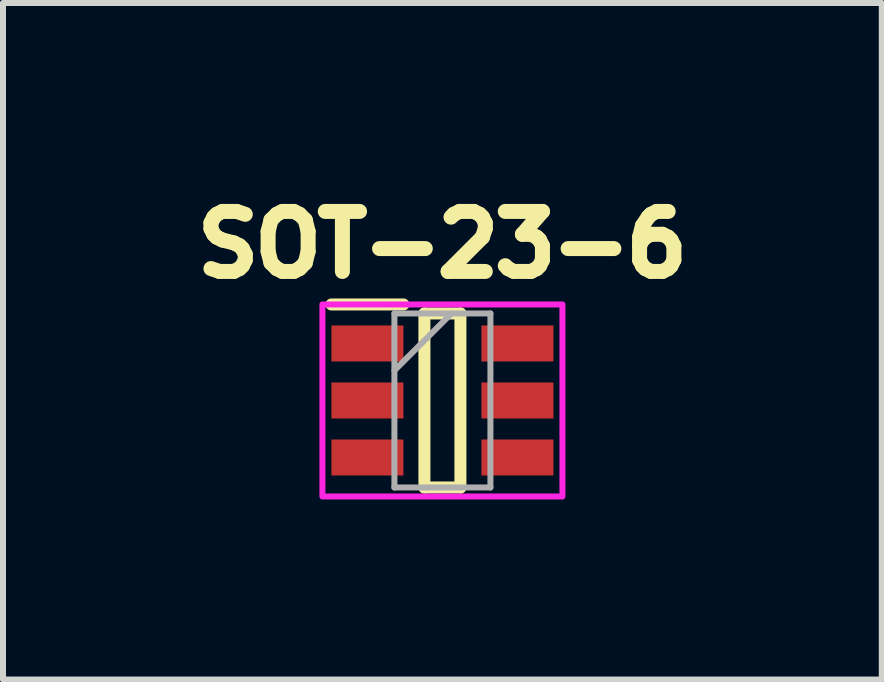
<source format=kicad_pcb>
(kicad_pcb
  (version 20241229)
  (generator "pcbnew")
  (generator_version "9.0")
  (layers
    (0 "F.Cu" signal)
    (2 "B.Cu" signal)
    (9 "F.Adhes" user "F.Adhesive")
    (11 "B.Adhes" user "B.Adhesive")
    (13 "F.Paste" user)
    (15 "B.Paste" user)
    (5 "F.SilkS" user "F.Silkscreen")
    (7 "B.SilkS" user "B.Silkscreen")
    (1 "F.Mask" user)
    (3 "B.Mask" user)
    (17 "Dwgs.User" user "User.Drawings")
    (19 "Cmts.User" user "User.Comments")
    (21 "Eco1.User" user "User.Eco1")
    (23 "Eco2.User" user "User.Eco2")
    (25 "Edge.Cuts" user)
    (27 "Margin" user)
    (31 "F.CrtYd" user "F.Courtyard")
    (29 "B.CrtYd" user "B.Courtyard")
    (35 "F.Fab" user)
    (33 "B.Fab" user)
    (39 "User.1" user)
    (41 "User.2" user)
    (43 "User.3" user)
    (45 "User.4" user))
  (footprint "SOT-23-6"
    (layer "F.Cu")
    (at 4.323 3.624)
    (property "Reference" "SOT-23-6" (at 0 -2.6 0) (unlocked yes) (layer "F.SilkS") (effects (font (size 1 1) (thickness 0.25) (bold yes))))
    (attr smd)
    (fp_line (start -1.85 -1.6) (end -0.65 -1.6) (stroke (width 0.2) (type solid)) (layer "F.SilkS"))
    (fp_line (start -0.3 -1.45) (end 0.3 -1.45) (stroke (width 0.2) (type solid)) (layer "F.SilkS"))
    (fp_line (start -0.3 1.45) (end -0.3 -1.45) (stroke (width 0.2) (type solid)) (layer "F.SilkS"))
    (fp_line (start 0.3 -1.45) (end 0.3 1.45) (stroke (width 0.2) (type solid)) (layer "F.SilkS"))
    (fp_line (start 0.3 1.45) (end -0.3 1.45) (stroke (width 0.2) (type solid)) (layer "F.SilkS"))
    (fp_rect (start -2 -1.6) (end 2 1.6) (stroke (width 0.1) (type default)) (fill no) (layer "F.CrtYd"))
    (fp_line (start -0.8 -1.45) (end 0.8 -1.45) (stroke (width 0.1) (type solid)) (layer "F.Fab"))
    (fp_line (start -0.8 -0.5) (end 0.15 -1.45) (stroke (width 0.1) (type solid)) (layer "F.Fab"))
    (fp_line (start -0.8 1.45) (end -0.8 -1.45) (stroke (width 0.1) (type solid)) (layer "F.Fab"))
    (fp_line (start 0.8 -1.45) (end 0.8 1.45) (stroke (width 0.1) (type solid)) (layer "F.Fab"))
    (fp_line (start 0.8 1.45) (end -0.8 1.45) (stroke (width 0.1) (type solid)) (layer "F.Fab"))
    (pad "1" smd rect (at -1.25 -0.95 90) (size 0.6 1.2) (layers "F.Cu" "F.Mask" "F.Paste"))
    (pad "2" smd rect (at -1.25 0 90) (size 0.6 1.2) (layers "F.Cu" "F.Mask" "F.Paste"))
    (pad "3" smd rect (at -1.25 0.95 90) (size 0.6 1.2) (layers "F.Cu" "F.Mask" "F.Paste"))
    (pad "4" smd rect (at 1.25 0.95 90) (size 0.6 1.2) (layers "F.Cu" "F.Mask" "F.Paste"))
    (pad "5" smd rect (at 1.25 0 90) (size 0.6 1.2) (layers "F.Cu" "F.Mask" "F.Paste"))
    (pad "6" smd rect (at 1.25 -0.95 90) (size 0.6 1.2) (layers "F.Cu" "F.Mask" "F.Paste")))
  (gr_rect
    (start -3 -3)
    (end 11.645 8.274)
    (stroke (width 0.1) (type default))
    (fill no)
    (layer "Edge.Cuts")))
</source>
